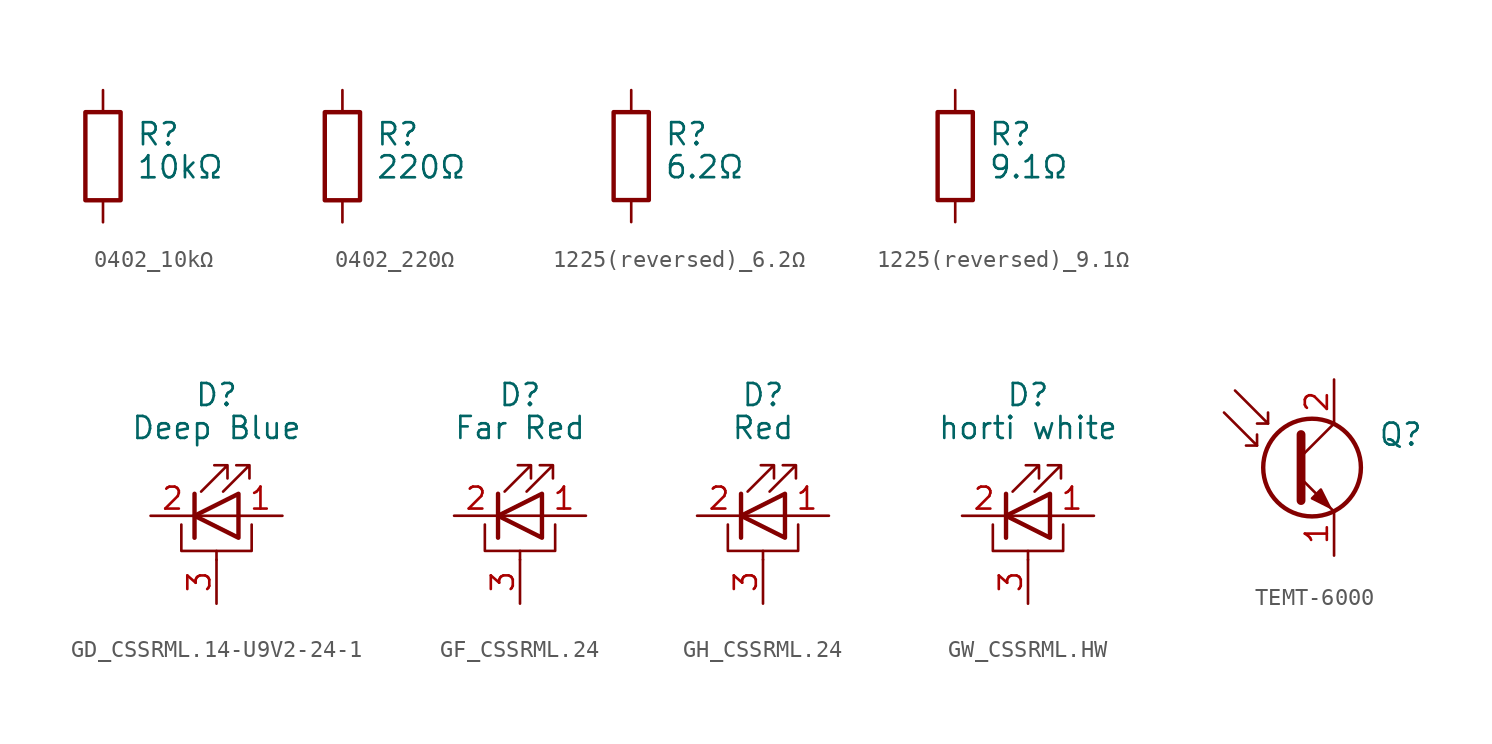
<source format=kicad_sym>
(kicad_symbol_lib
  (version 20220914)
  (generator kicad_symbol_editor)
  (symbol "0402_10kΩ"
    (pin_numbers hide)
    (pin_names
      (offset 0) hide)
    (property "Reference" "R"
      (at 1.905 1.27 0)
      (effects (font (size 1.27 1.27)) (justify left)))
    (property "Value" "10kΩ"
      (at 1.905 -0.635 0)
      (effects (font (size 1.27 1.27)) (justify left)))
    (symbol "0402_10kΩ_0_1"
      (rectangle (start -1.016 -2.54) (end 1.016 2.54) (stroke (width 0.254) (type default)) (fill (type none))))
    (symbol "0402_10kΩ_1_1"
      (pin passive line (at 0 3.81 270) (length 1.27) (name "~" (effects (font (size 1.27 1.27)))) (number "1" (effects (font (size 1.27 1.27)))))
      (pin passive line (at 0 -3.81 90) (length 1.27) (name "~" (effects (font (size 1.27 1.27)))) (number "2" (effects (font (size 1.27 1.27)))))))
  (symbol "0402_220Ω"
    (pin_numbers hide)
    (pin_names
      (offset 0) hide)
    (property "Reference" "R"
      (at 1.905 1.27 0)
      (effects (font (size 1.27 1.27)) (justify left)))
    (property "Value" "220Ω"
      (at 1.905 -0.635 0)
      (effects (font (size 1.27 1.27)) (justify left)))
    (symbol "0402_220Ω_0_1"
      (rectangle (start -1.016 -2.54) (end 1.016 2.54) (stroke (width 0.254) (type default)) (fill (type none))))
    (symbol "0402_220Ω_1_1"
      (pin passive line (at 0 3.81 270) (length 1.27) (name "~" (effects (font (size 1.27 1.27)))) (number "1" (effects (font (size 1.27 1.27)))))
      (pin passive line (at 0 -3.81 90) (length 1.27) (name "~" (effects (font (size 1.27 1.27)))) (number "2" (effects (font (size 1.27 1.27)))))))
  (symbol "1225(reversed)_6.2Ω"
    (pin_numbers hide)
    (pin_names
      (offset 0) hide)
    (property "Reference" "R"
      (at 1.905 1.27 0)
      (effects (font (size 1.27 1.27)) (justify left)))
    (property "Value" "6.2Ω"
      (at 1.905 -0.635 0)
      (effects (font (size 1.27 1.27)) (justify left)))
    (symbol "1225(reversed)_6.2Ω_0_1"
      (rectangle (start -1.016 -2.54) (end 1.016 2.54) (stroke (width 0.254) (type default)) (fill (type none))))
    (symbol "1225(reversed)_6.2Ω_1_1"
      (pin passive line (at 0 3.81 270) (length 1.27) (name "~" (effects (font (size 1.27 1.27)))) (number "1" (effects (font (size 1.27 1.27)))))
      (pin passive line (at 0 -3.81 90) (length 1.27) (name "~" (effects (font (size 1.27 1.27)))) (number "2" (effects (font (size 1.27 1.27)))))))
  (symbol "1225(reversed)_9.1Ω"
    (pin_numbers hide)
    (pin_names
      (offset 0) hide)
    (property "Reference" "R"
      (at 1.905 1.27 0)
      (effects (font (size 1.27 1.27)) (justify left)))
    (property "Value" "9.1Ω"
      (at 1.905 -0.635 0)
      (effects (font (size 1.27 1.27)) (justify left)))
    (symbol "1225(reversed)_9.1Ω_0_1"
      (rectangle (start -1.016 -2.54) (end 1.016 2.54) (stroke (width 0.254) (type default)) (fill (type none))))
    (symbol "1225(reversed)_9.1Ω_1_1"
      (pin passive line (at 0 3.81 270) (length 1.27) (name "~" (effects (font (size 1.27 1.27)))) (number "1" (effects (font (size 1.27 1.27)))))
      (pin passive line (at 0 -3.81 90) (length 1.27) (name "~" (effects (font (size 1.27 1.27)))) (number "2" (effects (font (size 1.27 1.27)))))))
  (symbol "GD_CSSRML.14-U9V2-24-1"
    (pin_names
      (offset 0.002) hide)
    (property "Reference" "D"
      (at 0 6.985 0)
      (effects (font (size 1.27 1.27))))
    (property "Value" "Deep Blue"
      (at 0 5.08 0)
      (effects (font (size 1.27 1.27))))
    (symbol "GD_CSSRML.14-U9V2-24-1_0_1"
      (polyline (pts (xy -1.27 -1.27) (xy -1.27 1.27)) (stroke (width 0.254) (type default)) (fill (type none)))
      (polyline (pts (xy -1.27 0) (xy 1.27 0)) (stroke (width 0) (type default)) (fill (type none)))
      (polyline (pts (xy 0 -2.54) (xy 0 -2.032)) (stroke (width 0) (type default)) (fill (type none)))
      (polyline (pts (xy -2.032 -0.508) (xy -2.032 -2.032) (xy 2.032 -2.032) (xy 2.032 -0.508)) (stroke (width 0) (type default)) (fill (type none)))
      (polyline (pts (xy 1.27 -1.27) (xy 1.27 1.27) (xy -1.27 0) (xy 1.27 -1.27)) (stroke (width 0.254) (type default)) (fill (type none)))
      (polyline (pts (xy -0.889 1.397) (xy 0.635 2.921) (xy -0.127 2.921) (xy 0.635 2.921) (xy 0.635 2.159)) (stroke (width 0) (type default)) (fill (type none)))
      (polyline (pts (xy 0.381 1.397) (xy 1.905 2.921) (xy 1.143 2.921) (xy 1.905 2.921) (xy 1.905 2.159)) (stroke (width 0) (type default)) (fill (type none))))
    (symbol "GD_CSSRML.14-U9V2-24-1_1_1"
      (pin passive line (at 3.81 0 180) (length 2.54) (name "A" (effects (font (size 1.27 1.27)))) (number "1" (effects (font (size 1.27 1.27)))))
      (pin passive line (at -3.81 0 0) (length 2.54) (name "K" (effects (font (size 1.27 1.27)))) (number "2" (effects (font (size 1.27 1.27)))))
      (pin passive line (at 0 -5.08 90) (length 2.54) (name "PAD" (effects (font (size 1.27 1.27)))) (number "3" (effects (font (size 1.27 1.27)))))))
  (symbol "GF_CSSRML.24"
    (pin_names
      (offset 0.002) hide)
    (property "Reference" "D"
      (at 0 6.985 0)
      (effects (font (size 1.27 1.27))))
    (property "Value" "Far Red"
      (at 0 5.08 0)
      (effects (font (size 1.27 1.27))))
    (symbol "GF_CSSRML.24_0_1"
      (polyline (pts (xy -1.27 -1.27) (xy -1.27 1.27)) (stroke (width 0.254) (type default)) (fill (type none)))
      (polyline (pts (xy -1.27 0) (xy 1.27 0)) (stroke (width 0) (type default)) (fill (type none)))
      (polyline (pts (xy 0 -2.54) (xy 0 -2.032)) (stroke (width 0) (type default)) (fill (type none)))
      (polyline (pts (xy -2.032 -0.508) (xy -2.032 -2.032) (xy 2.032 -2.032) (xy 2.032 -0.508)) (stroke (width 0) (type default)) (fill (type none)))
      (polyline (pts (xy 1.27 -1.27) (xy 1.27 1.27) (xy -1.27 0) (xy 1.27 -1.27)) (stroke (width 0.254) (type default)) (fill (type none)))
      (polyline (pts (xy -0.889 1.397) (xy 0.635 2.921) (xy -0.127 2.921) (xy 0.635 2.921) (xy 0.635 2.159)) (stroke (width 0) (type default)) (fill (type none)))
      (polyline (pts (xy 0.381 1.397) (xy 1.905 2.921) (xy 1.143 2.921) (xy 1.905 2.921) (xy 1.905 2.159)) (stroke (width 0) (type default)) (fill (type none))))
    (symbol "GF_CSSRML.24_1_1"
      (pin passive line (at 3.81 0 180) (length 2.54) (name "A" (effects (font (size 1.27 1.27)))) (number "1" (effects (font (size 1.27 1.27)))))
      (pin passive line (at -3.81 0 0) (length 2.54) (name "K" (effects (font (size 1.27 1.27)))) (number "2" (effects (font (size 1.27 1.27)))))
      (pin passive line (at 0 -5.08 90) (length 2.54) (name "PAD" (effects (font (size 1.27 1.27)))) (number "3" (effects (font (size 1.27 1.27)))))))
  (symbol "GH_CSSRML.24"
    (pin_names
      (offset 0.002) hide)
    (property "Reference" "D"
      (at 0 6.985 0)
      (effects (font (size 1.27 1.27))))
    (property "Value" "Red"
      (at 0 5.08 0)
      (effects (font (size 1.27 1.27))))
    (symbol "GH_CSSRML.24_0_1"
      (polyline (pts (xy -1.27 -1.27) (xy -1.27 1.27)) (stroke (width 0.254) (type default)) (fill (type none)))
      (polyline (pts (xy -1.27 0) (xy 1.27 0)) (stroke (width 0) (type default)) (fill (type none)))
      (polyline (pts (xy 0 -2.54) (xy 0 -2.032)) (stroke (width 0) (type default)) (fill (type none)))
      (polyline (pts (xy -2.032 -0.508) (xy -2.032 -2.032) (xy 2.032 -2.032) (xy 2.032 -0.508)) (stroke (width 0) (type default)) (fill (type none)))
      (polyline (pts (xy 1.27 -1.27) (xy 1.27 1.27) (xy -1.27 0) (xy 1.27 -1.27)) (stroke (width 0.254) (type default)) (fill (type none)))
      (polyline (pts (xy -0.889 1.397) (xy 0.635 2.921) (xy -0.127 2.921) (xy 0.635 2.921) (xy 0.635 2.159)) (stroke (width 0) (type default)) (fill (type none)))
      (polyline (pts (xy 0.381 1.397) (xy 1.905 2.921) (xy 1.143 2.921) (xy 1.905 2.921) (xy 1.905 2.159)) (stroke (width 0) (type default)) (fill (type none))))
    (symbol "GH_CSSRML.24_1_1"
      (pin passive line (at 3.81 0 180) (length 2.54) (name "A" (effects (font (size 1.27 1.27)))) (number "1" (effects (font (size 1.27 1.27)))))
      (pin passive line (at -3.81 0 0) (length 2.54) (name "K" (effects (font (size 1.27 1.27)))) (number "2" (effects (font (size 1.27 1.27)))))
      (pin passive line (at 0 -5.08 90) (length 2.54) (name "PAD" (effects (font (size 1.27 1.27)))) (number "3" (effects (font (size 1.27 1.27)))))))
  (symbol "GW_CSSRML.HW"
    (pin_names
      (offset 0.002) hide)
    (property "Reference" "D"
      (at 0 6.985 0)
      (effects (font (size 1.27 1.27))))
    (property "Value" "horti white"
      (at 0 5.08 0)
      (effects (font (size 1.27 1.27))))
    (symbol "GW_CSSRML.HW_0_1"
      (polyline (pts (xy -1.27 -1.27) (xy -1.27 1.27)) (stroke (width 0.254) (type default)) (fill (type none)))
      (polyline (pts (xy -1.27 0) (xy 1.27 0)) (stroke (width 0) (type default)) (fill (type none)))
      (polyline (pts (xy 0 -2.54) (xy 0 -2.032)) (stroke (width 0) (type default)) (fill (type none)))
      (polyline (pts (xy -2.032 -0.508) (xy -2.032 -2.032) (xy 2.032 -2.032) (xy 2.032 -0.508)) (stroke (width 0) (type default)) (fill (type none)))
      (polyline (pts (xy 1.27 -1.27) (xy 1.27 1.27) (xy -1.27 0) (xy 1.27 -1.27)) (stroke (width 0.254) (type default)) (fill (type none)))
      (polyline (pts (xy -0.889 1.397) (xy 0.635 2.921) (xy -0.127 2.921) (xy 0.635 2.921) (xy 0.635 2.159)) (stroke (width 0) (type default)) (fill (type none)))
      (polyline (pts (xy 0.381 1.397) (xy 1.905 2.921) (xy 1.143 2.921) (xy 1.905 2.921) (xy 1.905 2.159)) (stroke (width 0) (type default)) (fill (type none))))
    (symbol "GW_CSSRML.HW_1_1"
      (pin passive line (at 3.81 0 180) (length 2.54) (name "A" (effects (font (size 1.27 1.27)))) (number "1" (effects (font (size 1.27 1.27)))))
      (pin passive line (at -3.81 0 0) (length 2.54) (name "K" (effects (font (size 1.27 1.27)))) (number "2" (effects (font (size 1.27 1.27)))))
      (pin passive line (at 0 -5.08 90) (length 2.54) (name "PAD" (effects (font (size 1.27 1.27)))) (number "3" (effects (font (size 1.27 1.27)))))))
  (symbol "TEMT-6000"
    (pin_names hide)
    (property "Reference" "Q"
      (at 2.54 1.905 0)
      (effects (font (size 1.27 1.27)) (justify left)))
    (symbol "TEMT-6000_0_1"
      (circle (center -1.27 0) (radius 2.819) (stroke (width 0.254) (type default)) (fill (type none)))
      (polyline (pts (xy -4.445 1.27) (xy -5.08 1.27)) (stroke (width 0) (type default)) (fill (type none)))
      (polyline (pts (xy -3.81 2.54) (xy -4.445 2.54)) (stroke (width 0) (type default)) (fill (type none)))
      (polyline (pts (xy -1.905 0.635) (xy 0 2.54)) (stroke (width 0) (type default)) (fill (type none)))
      (polyline (pts (xy -6.35 3.175) (xy -4.445 1.27) (xy -4.445 1.905)) (stroke (width 0) (type default)) (fill (type none)))
      (polyline (pts (xy -5.715 4.445) (xy -3.81 2.54) (xy -3.81 3.175)) (stroke (width 0) (type default)) (fill (type none)))
      (polyline (pts (xy -1.905 -0.635) (xy 0 -2.54) (xy 0 -2.54)) (stroke (width 0) (type default)) (fill (type none)))
      (polyline (pts (xy -1.905 1.905) (xy -1.905 -1.905) (xy -1.905 -1.905)) (stroke (width 0.508) (type default)) (fill (type none)))
      (polyline (pts (xy -1.27 -1.778) (xy -0.762 -1.27) (xy -0.254 -2.286) (xy -1.27 -1.778) (xy -1.27 -1.778)) (stroke (width 0) (type default)) (fill (type outline))))
    (symbol "TEMT-6000_1_1"
      (pin passive line (at 0 -5.08 90) (length 2.54) (name "E" (effects (font (size 1.27 1.27)))) (number "1" (effects (font (size 1.27 1.27)))))
      (pin passive line (at 0 5.08 270) (length 2.54) (name "C" (effects (font (size 1.27 1.27)))) (number "2" (effects (font (size 1.27 1.27))))))))
</source>
